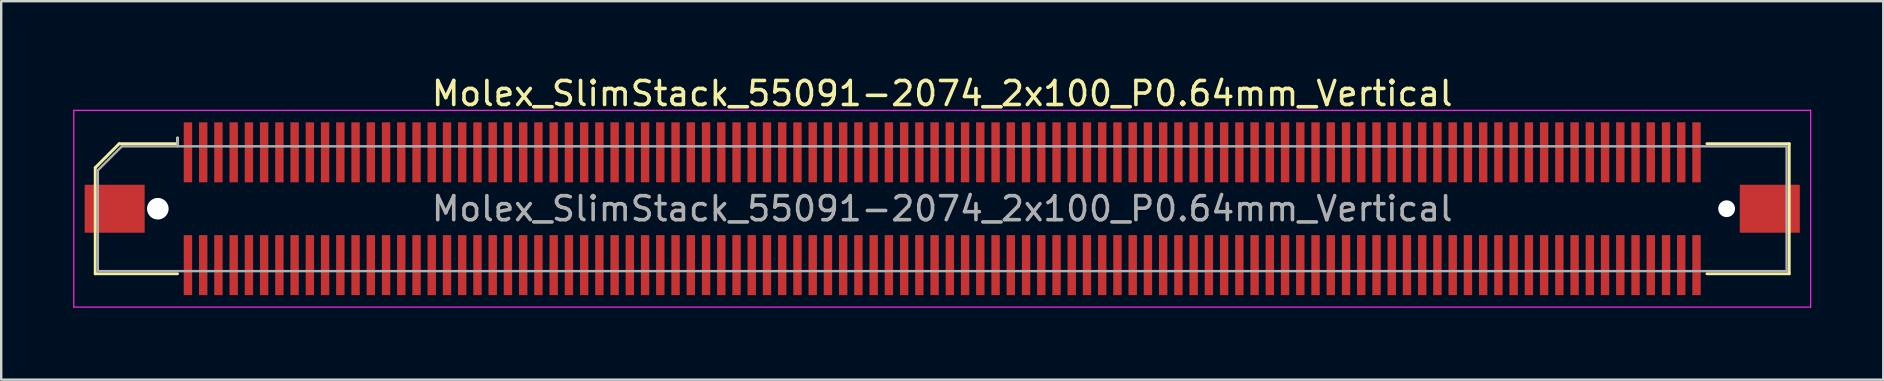
<source format=kicad_pcb>
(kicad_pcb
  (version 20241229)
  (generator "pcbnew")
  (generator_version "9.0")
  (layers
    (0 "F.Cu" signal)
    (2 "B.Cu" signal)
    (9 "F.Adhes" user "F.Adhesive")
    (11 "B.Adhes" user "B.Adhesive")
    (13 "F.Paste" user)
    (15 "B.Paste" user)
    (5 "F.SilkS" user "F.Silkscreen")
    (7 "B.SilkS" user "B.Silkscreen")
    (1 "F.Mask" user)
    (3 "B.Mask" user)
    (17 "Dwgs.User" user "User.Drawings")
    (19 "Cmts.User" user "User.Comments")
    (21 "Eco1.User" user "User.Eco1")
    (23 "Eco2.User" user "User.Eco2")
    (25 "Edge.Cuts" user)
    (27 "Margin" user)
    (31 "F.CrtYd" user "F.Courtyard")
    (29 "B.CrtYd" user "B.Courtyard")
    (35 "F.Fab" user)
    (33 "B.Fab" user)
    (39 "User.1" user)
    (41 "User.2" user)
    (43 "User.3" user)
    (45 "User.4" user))
  (footprint "Molex_SlimStack_55091-2074_2x100_P0.64mm_Vertical"
    (layer "F.Cu")
    (at 36.215 5.648)
    (property "Reference" "Molex_SlimStack_55091-2074_2x100_P0.64mm_Vertical" (at 0 -4.8 0) (layer "F.SilkS") (effects (font (size 1 1) (thickness 0.15))))
    (attr smd)
    (fp_line (start -35.297 -1.71) (end -34.297 -2.71) (stroke (width 0.12) (type solid)) (layer "F.SilkS"))
    (fp_line (start -35.297 2.71) (end -35.297 -1.71) (stroke (width 0.12) (type solid)) (layer "F.SilkS"))
    (fp_line (start -34.297 -2.71) (end -31.867 -2.71) (stroke (width 0.12) (type solid)) (layer "F.SilkS"))
    (fp_line (start -31.867 -2.71) (end -31.867 -2.95) (stroke (width 0.12) (type solid)) (layer "F.SilkS"))
    (fp_line (start -31.867 2.71) (end -35.297 2.71) (stroke (width 0.12) (type solid)) (layer "F.SilkS"))
    (fp_line (start 31.867 2.71) (end 35.297 2.71) (stroke (width 0.12) (type solid)) (layer "F.SilkS"))
    (fp_line (start 35.297 -2.71) (end 31.867 -2.71) (stroke (width 0.12) (type solid)) (layer "F.SilkS"))
    (fp_line (start 35.297 2.71) (end 35.297 -2.71) (stroke (width 0.12) (type solid)) (layer "F.SilkS"))
    (fp_line (start -36.19 -4.1) (end -36.19 4.1) (stroke (width 0.05) (type solid)) (layer "F.CrtYd"))
    (fp_line (start -36.19 4.1) (end 36.19 4.1) (stroke (width 0.05) (type solid)) (layer "F.CrtYd"))
    (fp_line (start 36.19 -4.1) (end -36.19 -4.1) (stroke (width 0.05) (type solid)) (layer "F.CrtYd"))
    (fp_line (start 36.19 4.1) (end 36.19 -4.1) (stroke (width 0.05) (type solid)) (layer "F.CrtYd"))
    (fp_line (start -35.188 -1.6) (end -34.188 -2.6) (stroke (width 0.1) (type solid)) (layer "F.Fab"))
    (fp_line (start -35.188 2.6) (end -35.188 -1.6) (stroke (width 0.1) (type solid)) (layer "F.Fab"))
    (fp_line (start -34.188 -2.6) (end 35.188 -2.6) (stroke (width 0.1) (type solid)) (layer "F.Fab"))
    (fp_line (start -31.867 -2.6) (end -31.867 -2.95) (stroke (width 0.1) (type solid)) (layer "F.Fab"))
    (fp_line (start 35.188 -2.6) (end 35.188 2.6) (stroke (width 0.1) (type solid)) (layer "F.Fab"))
    (fp_line (start 35.188 2.6) (end -35.188 2.6) (stroke (width 0.1) (type solid)) (layer "F.Fab"))
    (fp_text user "${REFERENCE}" (at 0 0 0) (layer "F.Fab") (effects (font (size 1 1) (thickness 0.15))))
    (pad "" smd rect (at -34.487 0) (size 2.5 2) (layers "F.Cu" "F.Mask" "F.Paste"))
    (pad "" np_thru_hole circle (at -32.688 0) (size 0.9 0.9) (drill 0.9) (layers "*.Cu" "*.Mask"))
    (pad "" np_thru_hole circle (at 32.688 0) (size 0.7 0.7) (drill 0.7) (layers "*.Cu" "*.Mask"))
    (pad "" smd rect (at 34.487 0) (size 2.5 2) (layers "F.Cu" "F.Mask" "F.Paste"))
    (pad "1" smd rect (at -31.433 -2.35) (size 0.35 2.5) (layers "F.Cu" "F.Mask" "F.Paste"))
    (pad "2" smd rect (at -31.433 2.35) (size 0.35 2.5) (layers "F.Cu" "F.Mask" "F.Paste"))
    (pad "3" smd rect (at -30.797 -2.35) (size 0.35 2.5) (layers "F.Cu" "F.Mask" "F.Paste"))
    (pad "4" smd rect (at -30.797 2.35) (size 0.35 2.5) (layers "F.Cu" "F.Mask" "F.Paste"))
    (pad "5" smd rect (at -30.163 -2.35) (size 0.35 2.5) (layers "F.Cu" "F.Mask" "F.Paste"))
    (pad "6" smd rect (at -30.163 2.35) (size 0.35 2.5) (layers "F.Cu" "F.Mask" "F.Paste"))
    (pad "7" smd rect (at -29.527 -2.35) (size 0.35 2.5) (layers "F.Cu" "F.Mask" "F.Paste"))
    (pad "8" smd rect (at -29.527 2.35) (size 0.35 2.5) (layers "F.Cu" "F.Mask" "F.Paste"))
    (pad "9" smd rect (at -28.892 -2.35) (size 0.35 2.5) (layers "F.Cu" "F.Mask" "F.Paste"))
    (pad "10" smd rect (at -28.892 2.35) (size 0.35 2.5) (layers "F.Cu" "F.Mask" "F.Paste"))
    (pad "11" smd rect (at -28.258 -2.35) (size 0.35 2.5) (layers "F.Cu" "F.Mask" "F.Paste"))
    (pad "12" smd rect (at -28.258 2.35) (size 0.35 2.5) (layers "F.Cu" "F.Mask" "F.Paste"))
    (pad "13" smd rect (at -27.622 -2.35) (size 0.35 2.5) (layers "F.Cu" "F.Mask" "F.Paste"))
    (pad "14" smd rect (at -27.622 2.35) (size 0.35 2.5) (layers "F.Cu" "F.Mask" "F.Paste"))
    (pad "15" smd rect (at -26.988 -2.35) (size 0.35 2.5) (layers "F.Cu" "F.Mask" "F.Paste"))
    (pad "16" smd rect (at -26.988 2.35) (size 0.35 2.5) (layers "F.Cu" "F.Mask" "F.Paste"))
    (pad "17" smd rect (at -26.352 -2.35) (size 0.35 2.5) (layers "F.Cu" "F.Mask" "F.Paste"))
    (pad "18" smd rect (at -26.352 2.35) (size 0.35 2.5) (layers "F.Cu" "F.Mask" "F.Paste"))
    (pad "19" smd rect (at -25.718 -2.35) (size 0.35 2.5) (layers "F.Cu" "F.Mask" "F.Paste"))
    (pad "20" smd rect (at -25.718 2.35) (size 0.35 2.5) (layers "F.Cu" "F.Mask" "F.Paste"))
    (pad "21" smd rect (at -25.082 -2.35) (size 0.35 2.5) (layers "F.Cu" "F.Mask" "F.Paste"))
    (pad "22" smd rect (at -25.082 2.35) (size 0.35 2.5) (layers "F.Cu" "F.Mask" "F.Paste"))
    (pad "23" smd rect (at -24.448 -2.35) (size 0.35 2.5) (layers "F.Cu" "F.Mask" "F.Paste"))
    (pad "24" smd rect (at -24.448 2.35) (size 0.35 2.5) (layers "F.Cu" "F.Mask" "F.Paste"))
    (pad "25" smd rect (at -23.812 -2.35) (size 0.35 2.5) (layers "F.Cu" "F.Mask" "F.Paste"))
    (pad "26" smd rect (at -23.812 2.35) (size 0.35 2.5) (layers "F.Cu" "F.Mask" "F.Paste"))
    (pad "27" smd rect (at -23.177 -2.35) (size 0.35 2.5) (layers "F.Cu" "F.Mask" "F.Paste"))
    (pad "28" smd rect (at -23.177 2.35) (size 0.35 2.5) (layers "F.Cu" "F.Mask" "F.Paste"))
    (pad "29" smd rect (at -22.543 -2.35) (size 0.35 2.5) (layers "F.Cu" "F.Mask" "F.Paste"))
    (pad "30" smd rect (at -22.543 2.35) (size 0.35 2.5) (layers "F.Cu" "F.Mask" "F.Paste"))
    (pad "31" smd rect (at -21.907 -2.35) (size 0.35 2.5) (layers "F.Cu" "F.Mask" "F.Paste"))
    (pad "32" smd rect (at -21.907 2.35) (size 0.35 2.5) (layers "F.Cu" "F.Mask" "F.Paste"))
    (pad "33" smd rect (at -21.273 -2.35) (size 0.35 2.5) (layers "F.Cu" "F.Mask" "F.Paste"))
    (pad "34" smd rect (at -21.273 2.35) (size 0.35 2.5) (layers "F.Cu" "F.Mask" "F.Paste"))
    (pad "35" smd rect (at -20.637 -2.35) (size 0.35 2.5) (layers "F.Cu" "F.Mask" "F.Paste"))
    (pad "36" smd rect (at -20.637 2.35) (size 0.35 2.5) (layers "F.Cu" "F.Mask" "F.Paste"))
    (pad "37" smd rect (at -20.003 -2.35) (size 0.35 2.5) (layers "F.Cu" "F.Mask" "F.Paste"))
    (pad "38" smd rect (at -20.003 2.35) (size 0.35 2.5) (layers "F.Cu" "F.Mask" "F.Paste"))
    (pad "39" smd rect (at -19.367 -2.35) (size 0.35 2.5) (layers "F.Cu" "F.Mask" "F.Paste"))
    (pad "40" smd rect (at -19.367 2.35) (size 0.35 2.5) (layers "F.Cu" "F.Mask" "F.Paste"))
    (pad "41" smd rect (at -18.733 -2.35) (size 0.35 2.5) (layers "F.Cu" "F.Mask" "F.Paste"))
    (pad "42" smd rect (at -18.733 2.35) (size 0.35 2.5) (layers "F.Cu" "F.Mask" "F.Paste"))
    (pad "43" smd rect (at -18.098 -2.35) (size 0.35 2.5) (layers "F.Cu" "F.Mask" "F.Paste"))
    (pad "44" smd rect (at -18.098 2.35) (size 0.35 2.5) (layers "F.Cu" "F.Mask" "F.Paste"))
    (pad "45" smd rect (at -17.462 -2.35) (size 0.35 2.5) (layers "F.Cu" "F.Mask" "F.Paste"))
    (pad "46" smd rect (at -17.462 2.35) (size 0.35 2.5) (layers "F.Cu" "F.Mask" "F.Paste"))
    (pad "47" smd rect (at -16.828 -2.35) (size 0.35 2.5) (layers "F.Cu" "F.Mask" "F.Paste"))
    (pad "48" smd rect (at -16.828 2.35) (size 0.35 2.5) (layers "F.Cu" "F.Mask" "F.Paste"))
    (pad "49" smd rect (at -16.192 -2.35) (size 0.35 2.5) (layers "F.Cu" "F.Mask" "F.Paste"))
    (pad "50" smd rect (at -16.192 2.35) (size 0.35 2.5) (layers "F.Cu" "F.Mask" "F.Paste"))
    (pad "51" smd rect (at -15.557 -2.35) (size 0.35 2.5) (layers "F.Cu" "F.Mask" "F.Paste"))
    (pad "52" smd rect (at -15.557 2.35) (size 0.35 2.5) (layers "F.Cu" "F.Mask" "F.Paste"))
    (pad "53" smd rect (at -14.922 -2.35) (size 0.35 2.5) (layers "F.Cu" "F.Mask" "F.Paste"))
    (pad "54" smd rect (at -14.922 2.35) (size 0.35 2.5) (layers "F.Cu" "F.Mask" "F.Paste"))
    (pad "55" smd rect (at -14.287 -2.35) (size 0.35 2.5) (layers "F.Cu" "F.Mask" "F.Paste"))
    (pad "56" smd rect (at -14.287 2.35) (size 0.35 2.5) (layers "F.Cu" "F.Mask" "F.Paste"))
    (pad "57" smd rect (at -13.652 -2.35) (size 0.35 2.5) (layers "F.Cu" "F.Mask" "F.Paste"))
    (pad "58" smd rect (at -13.652 2.35) (size 0.35 2.5) (layers "F.Cu" "F.Mask" "F.Paste"))
    (pad "59" smd rect (at -13.018 -2.35) (size 0.35 2.5) (layers "F.Cu" "F.Mask" "F.Paste"))
    (pad "60" smd rect (at -13.018 2.35) (size 0.35 2.5) (layers "F.Cu" "F.Mask" "F.Paste"))
    (pad "61" smd rect (at -12.383 -2.35) (size 0.35 2.5) (layers "F.Cu" "F.Mask" "F.Paste"))
    (pad "62" smd rect (at -12.383 2.35) (size 0.35 2.5) (layers "F.Cu" "F.Mask" "F.Paste"))
    (pad "63" smd rect (at -11.748 -2.35) (size 0.35 2.5) (layers "F.Cu" "F.Mask" "F.Paste"))
    (pad "64" smd rect (at -11.748 2.35) (size 0.35 2.5) (layers "F.Cu" "F.Mask" "F.Paste"))
    (pad "65" smd rect (at -11.113 -2.35) (size 0.35 2.5) (layers "F.Cu" "F.Mask" "F.Paste"))
    (pad "66" smd rect (at -11.113 2.35) (size 0.35 2.5) (layers "F.Cu" "F.Mask" "F.Paste"))
    (pad "67" smd rect (at -10.477 -2.35) (size 0.35 2.5) (layers "F.Cu" "F.Mask" "F.Paste"))
    (pad "68" smd rect (at -10.477 2.35) (size 0.35 2.5) (layers "F.Cu" "F.Mask" "F.Paste"))
    (pad "69" smd rect (at -9.842 -2.35) (size 0.35 2.5) (layers "F.Cu" "F.Mask" "F.Paste"))
    (pad "70" smd rect (at -9.842 2.35) (size 0.35 2.5) (layers "F.Cu" "F.Mask" "F.Paste"))
    (pad "71" smd rect (at -9.207 -2.35) (size 0.35 2.5) (layers "F.Cu" "F.Mask" "F.Paste"))
    (pad "72" smd rect (at -9.207 2.35) (size 0.35 2.5) (layers "F.Cu" "F.Mask" "F.Paste"))
    (pad "73" smd rect (at -8.572 -2.35) (size 0.35 2.5) (layers "F.Cu" "F.Mask" "F.Paste"))
    (pad "74" smd rect (at -8.572 2.35) (size 0.35 2.5) (layers "F.Cu" "F.Mask" "F.Paste"))
    (pad "75" smd rect (at -7.938 -2.35) (size 0.35 2.5) (layers "F.Cu" "F.Mask" "F.Paste"))
    (pad "76" smd rect (at -7.938 2.35) (size 0.35 2.5) (layers "F.Cu" "F.Mask" "F.Paste"))
    (pad "77" smd rect (at -7.303 -2.35) (size 0.35 2.5) (layers "F.Cu" "F.Mask" "F.Paste"))
    (pad "78" smd rect (at -7.303 2.35) (size 0.35 2.5) (layers "F.Cu" "F.Mask" "F.Paste"))
    (pad "79" smd rect (at -6.668 -2.35) (size 0.35 2.5) (layers "F.Cu" "F.Mask" "F.Paste"))
    (pad "80" smd rect (at -6.668 2.35) (size 0.35 2.5) (layers "F.Cu" "F.Mask" "F.Paste"))
    (pad "81" smd rect (at -6.032 -2.35) (size 0.35 2.5) (layers "F.Cu" "F.Mask" "F.Paste"))
    (pad "82" smd rect (at -6.032 2.35) (size 0.35 2.5) (layers "F.Cu" "F.Mask" "F.Paste"))
    (pad "83" smd rect (at -5.397 -2.35) (size 0.35 2.5) (layers "F.Cu" "F.Mask" "F.Paste"))
    (pad "84" smd rect (at -5.397 2.35) (size 0.35 2.5) (layers "F.Cu" "F.Mask" "F.Paste"))
    (pad "85" smd rect (at -4.763 -2.35) (size 0.35 2.5) (layers "F.Cu" "F.Mask" "F.Paste"))
    (pad "86" smd rect (at -4.763 2.35) (size 0.35 2.5) (layers "F.Cu" "F.Mask" "F.Paste"))
    (pad "87" smd rect (at -4.128 -2.35) (size 0.35 2.5) (layers "F.Cu" "F.Mask" "F.Paste"))
    (pad "88" smd rect (at -4.128 2.35) (size 0.35 2.5) (layers "F.Cu" "F.Mask" "F.Paste"))
    (pad "89" smd rect (at -3.493 -2.35) (size 0.35 2.5) (layers "F.Cu" "F.Mask" "F.Paste"))
    (pad "90" smd rect (at -3.493 2.35) (size 0.35 2.5) (layers "F.Cu" "F.Mask" "F.Paste"))
    (pad "91" smd rect (at -2.857 -2.35) (size 0.35 2.5) (layers "F.Cu" "F.Mask" "F.Paste"))
    (pad "92" smd rect (at -2.857 2.35) (size 0.35 2.5) (layers "F.Cu" "F.Mask" "F.Paste"))
    (pad "93" smd rect (at -2.223 -2.35) (size 0.35 2.5) (layers "F.Cu" "F.Mask" "F.Paste"))
    (pad "94" smd rect (at -2.223 2.35) (size 0.35 2.5) (layers "F.Cu" "F.Mask" "F.Paste"))
    (pad "95" smd rect (at -1.587 -2.35) (size 0.35 2.5) (layers "F.Cu" "F.Mask" "F.Paste"))
    (pad "96" smd rect (at -1.587 2.35) (size 0.35 2.5) (layers "F.Cu" "F.Mask" "F.Paste"))
    (pad "97" smd rect (at -0.953 -2.35) (size 0.35 2.5) (layers "F.Cu" "F.Mask" "F.Paste"))
    (pad "98" smd rect (at -0.953 2.35) (size 0.35 2.5) (layers "F.Cu" "F.Mask" "F.Paste"))
    (pad "99" smd rect (at -0.318 -2.35) (size 0.35 2.5) (layers "F.Cu" "F.Mask" "F.Paste"))
    (pad "100" smd rect (at -0.318 2.35) (size 0.35 2.5) (layers "F.Cu" "F.Mask" "F.Paste"))
    (pad "101" smd rect (at 0.318 -2.35) (size 0.35 2.5) (layers "F.Cu" "F.Mask" "F.Paste"))
    (pad "102" smd rect (at 0.318 2.35) (size 0.35 2.5) (layers "F.Cu" "F.Mask" "F.Paste"))
    (pad "103" smd rect (at 0.953 -2.35) (size 0.35 2.5) (layers "F.Cu" "F.Mask" "F.Paste"))
    (pad "104" smd rect (at 0.953 2.35) (size 0.35 2.5) (layers "F.Cu" "F.Mask" "F.Paste"))
    (pad "105" smd rect (at 1.587 -2.35) (size 0.35 2.5) (layers "F.Cu" "F.Mask" "F.Paste"))
    (pad "106" smd rect (at 1.587 2.35) (size 0.35 2.5) (layers "F.Cu" "F.Mask" "F.Paste"))
    (pad "107" smd rect (at 2.223 -2.35) (size 0.35 2.5) (layers "F.Cu" "F.Mask" "F.Paste"))
    (pad "108" smd rect (at 2.223 2.35) (size 0.35 2.5) (layers "F.Cu" "F.Mask" "F.Paste"))
    (pad "109" smd rect (at 2.857 -2.35) (size 0.35 2.5) (layers "F.Cu" "F.Mask" "F.Paste"))
    (pad "110" smd rect (at 2.857 2.35) (size 0.35 2.5) (layers "F.Cu" "F.Mask" "F.Paste"))
    (pad "111" smd rect (at 3.493 -2.35) (size 0.35 2.5) (layers "F.Cu" "F.Mask" "F.Paste"))
    (pad "112" smd rect (at 3.493 2.35) (size 0.35 2.5) (layers "F.Cu" "F.Mask" "F.Paste"))
    (pad "113" smd rect (at 4.128 -2.35) (size 0.35 2.5) (layers "F.Cu" "F.Mask" "F.Paste"))
    (pad "114" smd rect (at 4.128 2.35) (size 0.35 2.5) (layers "F.Cu" "F.Mask" "F.Paste"))
    (pad "115" smd rect (at 4.763 -2.35) (size 0.35 2.5) (layers "F.Cu" "F.Mask" "F.Paste"))
    (pad "116" smd rect (at 4.763 2.35) (size 0.35 2.5) (layers "F.Cu" "F.Mask" "F.Paste"))
    (pad "117" smd rect (at 5.397 -2.35) (size 0.35 2.5) (layers "F.Cu" "F.Mask" "F.Paste"))
    (pad "118" smd rect (at 5.397 2.35) (size 0.35 2.5) (layers "F.Cu" "F.Mask" "F.Paste"))
    (pad "119" smd rect (at 6.032 -2.35) (size 0.35 2.5) (layers "F.Cu" "F.Mask" "F.Paste"))
    (pad "120" smd rect (at 6.032 2.35) (size 0.35 2.5) (layers "F.Cu" "F.Mask" "F.Paste"))
    (pad "121" smd rect (at 6.668 -2.35) (size 0.35 2.5) (layers "F.Cu" "F.Mask" "F.Paste"))
    (pad "122" smd rect (at 6.668 2.35) (size 0.35 2.5) (layers "F.Cu" "F.Mask" "F.Paste"))
    (pad "123" smd rect (at 7.303 -2.35) (size 0.35 2.5) (layers "F.Cu" "F.Mask" "F.Paste"))
    (pad "124" smd rect (at 7.303 2.35) (size 0.35 2.5) (layers "F.Cu" "F.Mask" "F.Paste"))
    (pad "125" smd rect (at 7.938 -2.35) (size 0.35 2.5) (layers "F.Cu" "F.Mask" "F.Paste"))
    (pad "126" smd rect (at 7.938 2.35) (size 0.35 2.5) (layers "F.Cu" "F.Mask" "F.Paste"))
    (pad "127" smd rect (at 8.572 -2.35) (size 0.35 2.5) (layers "F.Cu" "F.Mask" "F.Paste"))
    (pad "128" smd rect (at 8.572 2.35) (size 0.35 2.5) (layers "F.Cu" "F.Mask" "F.Paste"))
    (pad "129" smd rect (at 9.207 -2.35) (size 0.35 2.5) (layers "F.Cu" "F.Mask" "F.Paste"))
    (pad "130" smd rect (at 9.207 2.35) (size 0.35 2.5) (layers "F.Cu" "F.Mask" "F.Paste"))
    (pad "131" smd rect (at 9.842 -2.35) (size 0.35 2.5) (layers "F.Cu" "F.Mask" "F.Paste"))
    (pad "132" smd rect (at 9.842 2.35) (size 0.35 2.5) (layers "F.Cu" "F.Mask" "F.Paste"))
    (pad "133" smd rect (at 10.477 -2.35) (size 0.35 2.5) (layers "F.Cu" "F.Mask" "F.Paste"))
    (pad "134" smd rect (at 10.477 2.35) (size 0.35 2.5) (layers "F.Cu" "F.Mask" "F.Paste"))
    (pad "135" smd rect (at 11.113 -2.35) (size 0.35 2.5) (layers "F.Cu" "F.Mask" "F.Paste"))
    (pad "136" smd rect (at 11.113 2.35) (size 0.35 2.5) (layers "F.Cu" "F.Mask" "F.Paste"))
    (pad "137" smd rect (at 11.748 -2.35) (size 0.35 2.5) (layers "F.Cu" "F.Mask" "F.Paste"))
    (pad "138" smd rect (at 11.748 2.35) (size 0.35 2.5) (layers "F.Cu" "F.Mask" "F.Paste"))
    (pad "139" smd rect (at 12.383 -2.35) (size 0.35 2.5) (layers "F.Cu" "F.Mask" "F.Paste"))
    (pad "140" smd rect (at 12.383 2.35) (size 0.35 2.5) (layers "F.Cu" "F.Mask" "F.Paste"))
    (pad "141" smd rect (at 13.018 -2.35) (size 0.35 2.5) (layers "F.Cu" "F.Mask" "F.Paste"))
    (pad "142" smd rect (at 13.018 2.35) (size 0.35 2.5) (layers "F.Cu" "F.Mask" "F.Paste"))
    (pad "143" smd rect (at 13.652 -2.35) (size 0.35 2.5) (layers "F.Cu" "F.Mask" "F.Paste"))
    (pad "144" smd rect (at 13.652 2.35) (size 0.35 2.5) (layers "F.Cu" "F.Mask" "F.Paste"))
    (pad "145" smd rect (at 14.287 -2.35) (size 0.35 2.5) (layers "F.Cu" "F.Mask" "F.Paste"))
    (pad "146" smd rect (at 14.287 2.35) (size 0.35 2.5) (layers "F.Cu" "F.Mask" "F.Paste"))
    (pad "147" smd rect (at 14.922 -2.35) (size 0.35 2.5) (layers "F.Cu" "F.Mask" "F.Paste"))
    (pad "148" smd rect (at 14.922 2.35) (size 0.35 2.5) (layers "F.Cu" "F.Mask" "F.Paste"))
    (pad "149" smd rect (at 15.557 -2.35) (size 0.35 2.5) (layers "F.Cu" "F.Mask" "F.Paste"))
    (pad "150" smd rect (at 15.557 2.35) (size 0.35 2.5) (layers "F.Cu" "F.Mask" "F.Paste"))
    (pad "151" smd rect (at 16.192 -2.35) (size 0.35 2.5) (layers "F.Cu" "F.Mask" "F.Paste"))
    (pad "152" smd rect (at 16.192 2.35) (size 0.35 2.5) (layers "F.Cu" "F.Mask" "F.Paste"))
    (pad "153" smd rect (at 16.828 -2.35) (size 0.35 2.5) (layers "F.Cu" "F.Mask" "F.Paste"))
    (pad "154" smd rect (at 16.828 2.35) (size 0.35 2.5) (layers "F.Cu" "F.Mask" "F.Paste"))
    (pad "155" smd rect (at 17.462 -2.35) (size 0.35 2.5) (layers "F.Cu" "F.Mask" "F.Paste"))
    (pad "156" smd rect (at 17.462 2.35) (size 0.35 2.5) (layers "F.Cu" "F.Mask" "F.Paste"))
    (pad "157" smd rect (at 18.098 -2.35) (size 0.35 2.5) (layers "F.Cu" "F.Mask" "F.Paste"))
    (pad "158" smd rect (at 18.098 2.35) (size 0.35 2.5) (layers "F.Cu" "F.Mask" "F.Paste"))
    (pad "159" smd rect (at 18.733 -2.35) (size 0.35 2.5) (layers "F.Cu" "F.Mask" "F.Paste"))
    (pad "160" smd rect (at 18.733 2.35) (size 0.35 2.5) (layers "F.Cu" "F.Mask" "F.Paste"))
    (pad "161" smd rect (at 19.367 -2.35) (size 0.35 2.5) (layers "F.Cu" "F.Mask" "F.Paste"))
    (pad "162" smd rect (at 19.367 2.35) (size 0.35 2.5) (layers "F.Cu" "F.Mask" "F.Paste"))
    (pad "163" smd rect (at 20.003 -2.35) (size 0.35 2.5) (layers "F.Cu" "F.Mask" "F.Paste"))
    (pad "164" smd rect (at 20.003 2.35) (size 0.35 2.5) (layers "F.Cu" "F.Mask" "F.Paste"))
    (pad "165" smd rect (at 20.637 -2.35) (size 0.35 2.5) (layers "F.Cu" "F.Mask" "F.Paste"))
    (pad "166" smd rect (at 20.637 2.35) (size 0.35 2.5) (layers "F.Cu" "F.Mask" "F.Paste"))
    (pad "167" smd rect (at 21.273 -2.35) (size 0.35 2.5) (layers "F.Cu" "F.Mask" "F.Paste"))
    (pad "168" smd rect (at 21.273 2.35) (size 0.35 2.5) (layers "F.Cu" "F.Mask" "F.Paste"))
    (pad "169" smd rect (at 21.907 -2.35) (size 0.35 2.5) (layers "F.Cu" "F.Mask" "F.Paste"))
    (pad "170" smd rect (at 21.907 2.35) (size 0.35 2.5) (layers "F.Cu" "F.Mask" "F.Paste"))
    (pad "171" smd rect (at 22.543 -2.35) (size 0.35 2.5) (layers "F.Cu" "F.Mask" "F.Paste"))
    (pad "172" smd rect (at 22.543 2.35) (size 0.35 2.5) (layers "F.Cu" "F.Mask" "F.Paste"))
    (pad "173" smd rect (at 23.177 -2.35) (size 0.35 2.5) (layers "F.Cu" "F.Mask" "F.Paste"))
    (pad "174" smd rect (at 23.177 2.35) (size 0.35 2.5) (layers "F.Cu" "F.Mask" "F.Paste"))
    (pad "175" smd rect (at 23.812 -2.35) (size 0.35 2.5) (layers "F.Cu" "F.Mask" "F.Paste"))
    (pad "176" smd rect (at 23.812 2.35) (size 0.35 2.5) (layers "F.Cu" "F.Mask" "F.Paste"))
    (pad "177" smd rect (at 24.448 -2.35) (size 0.35 2.5) (layers "F.Cu" "F.Mask" "F.Paste"))
    (pad "178" smd rect (at 24.448 2.35) (size 0.35 2.5) (layers "F.Cu" "F.Mask" "F.Paste"))
    (pad "179" smd rect (at 25.082 -2.35) (size 0.35 2.5) (layers "F.Cu" "F.Mask" "F.Paste"))
    (pad "180" smd rect (at 25.082 2.35) (size 0.35 2.5) (layers "F.Cu" "F.Mask" "F.Paste"))
    (pad "181" smd rect (at 25.718 -2.35) (size 0.35 2.5) (layers "F.Cu" "F.Mask" "F.Paste"))
    (pad "182" smd rect (at 25.718 2.35) (size 0.35 2.5) (layers "F.Cu" "F.Mask" "F.Paste"))
    (pad "183" smd rect (at 26.352 -2.35) (size 0.35 2.5) (layers "F.Cu" "F.Mask" "F.Paste"))
    (pad "184" smd rect (at 26.352 2.35) (size 0.35 2.5) (layers "F.Cu" "F.Mask" "F.Paste"))
    (pad "185" smd rect (at 26.988 -2.35) (size 0.35 2.5) (layers "F.Cu" "F.Mask" "F.Paste"))
    (pad "186" smd rect (at 26.988 2.35) (size 0.35 2.5) (layers "F.Cu" "F.Mask" "F.Paste"))
    (pad "187" smd rect (at 27.622 -2.35) (size 0.35 2.5) (layers "F.Cu" "F.Mask" "F.Paste"))
    (pad "188" smd rect (at 27.622 2.35) (size 0.35 2.5) (layers "F.Cu" "F.Mask" "F.Paste"))
    (pad "189" smd rect (at 28.258 -2.35) (size 0.35 2.5) (layers "F.Cu" "F.Mask" "F.Paste"))
    (pad "190" smd rect (at 28.258 2.35) (size 0.35 2.5) (layers "F.Cu" "F.Mask" "F.Paste"))
    (pad "191" smd rect (at 28.892 -2.35) (size 0.35 2.5) (layers "F.Cu" "F.Mask" "F.Paste"))
    (pad "192" smd rect (at 28.892 2.35) (size 0.35 2.5) (layers "F.Cu" "F.Mask" "F.Paste"))
    (pad "193" smd rect (at 29.527 -2.35) (size 0.35 2.5) (layers "F.Cu" "F.Mask" "F.Paste"))
    (pad "194" smd rect (at 29.527 2.35) (size 0.35 2.5) (layers "F.Cu" "F.Mask" "F.Paste"))
    (pad "195" smd rect (at 30.163 -2.35) (size 0.35 2.5) (layers "F.Cu" "F.Mask" "F.Paste"))
    (pad "196" smd rect (at 30.163 2.35) (size 0.35 2.5) (layers "F.Cu" "F.Mask" "F.Paste"))
    (pad "197" smd rect (at 30.797 -2.35) (size 0.35 2.5) (layers "F.Cu" "F.Mask" "F.Paste"))
    (pad "198" smd rect (at 30.797 2.35) (size 0.35 2.5) (layers "F.Cu" "F.Mask" "F.Paste"))
    (pad "199" smd rect (at 31.433 -2.35) (size 0.35 2.5) (layers "F.Cu" "F.Mask" "F.Paste"))
    (pad "200" smd rect (at 31.433 2.35) (size 0.35 2.5) (layers "F.Cu" "F.Mask" "F.Paste")))
  (gr_rect
    (start -3 -3)
    (end 75.43 12.773)
    (stroke (width 0.1) (type default))
    (fill no)
    (layer "Edge.Cuts")))
</source>
